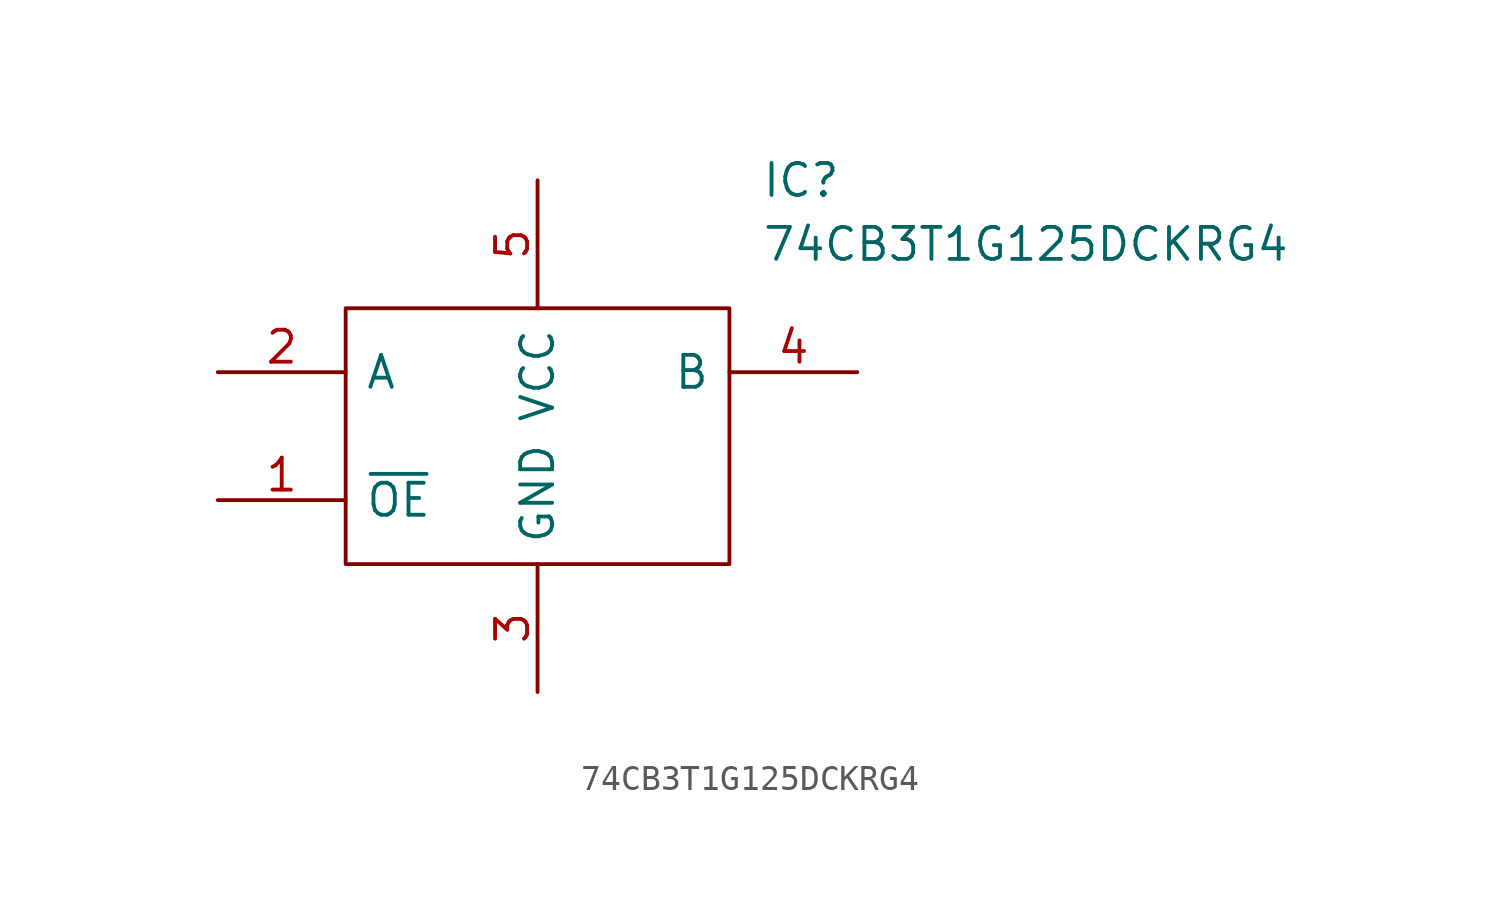
<source format=kicad_sym>
(kicad_symbol_lib
  (version 20211014)
  (generator kicad_symbol_editor)
  (symbol "74CB3T1G125DCKRG4"
    (pin_names
      (offset 0.762))
    (property "Reference" "IC"
      (at 21.59 7.62 0)
      (effects (font (size 1.27 1.27)) (justify left)))
    (property "Value" "74CB3T1G125DCKRG4"
      (at 21.59 5.08 0)
      (effects (font (size 1.27 1.27)) (justify left)))
    (symbol "74CB3T1G125DCKRG4_0_0"
      (pin passive line (at 0 -5.08 0) (length 5.08) (name "~{OE}" (effects (font (size 1.27 1.27)))) (number "1" (effects (font (size 1.27 1.27)))))
      (pin passive line (at 0 0 0) (length 5.08) (name "A" (effects (font (size 1.27 1.27)))) (number "2" (effects (font (size 1.27 1.27)))))
      (pin passive line (at 12.7 -12.7 90) (length 5.08) (name "GND" (effects (font (size 1.27 1.27)))) (number "3" (effects (font (size 1.27 1.27)))))
      (pin passive line (at 25.4 0 180) (length 5.08) (name "B" (effects (font (size 1.27 1.27)))) (number "4" (effects (font (size 1.27 1.27)))))
      (pin passive line (at 12.7 7.62 270) (length 5.08) (name "VCC" (effects (font (size 1.27 1.27)))) (number "5" (effects (font (size 1.27 1.27))))))
    (symbol "74CB3T1G125DCKRG4_0_1"
      (polyline (pts (xy 5.08 2.54) (xy 20.32 2.54) (xy 20.32 -7.62) (xy 5.08 -7.62) (xy 5.08 2.54)) (stroke (width 0.152) (type default) (color 0 0 0 0)) (fill (type none))))))
</source>
